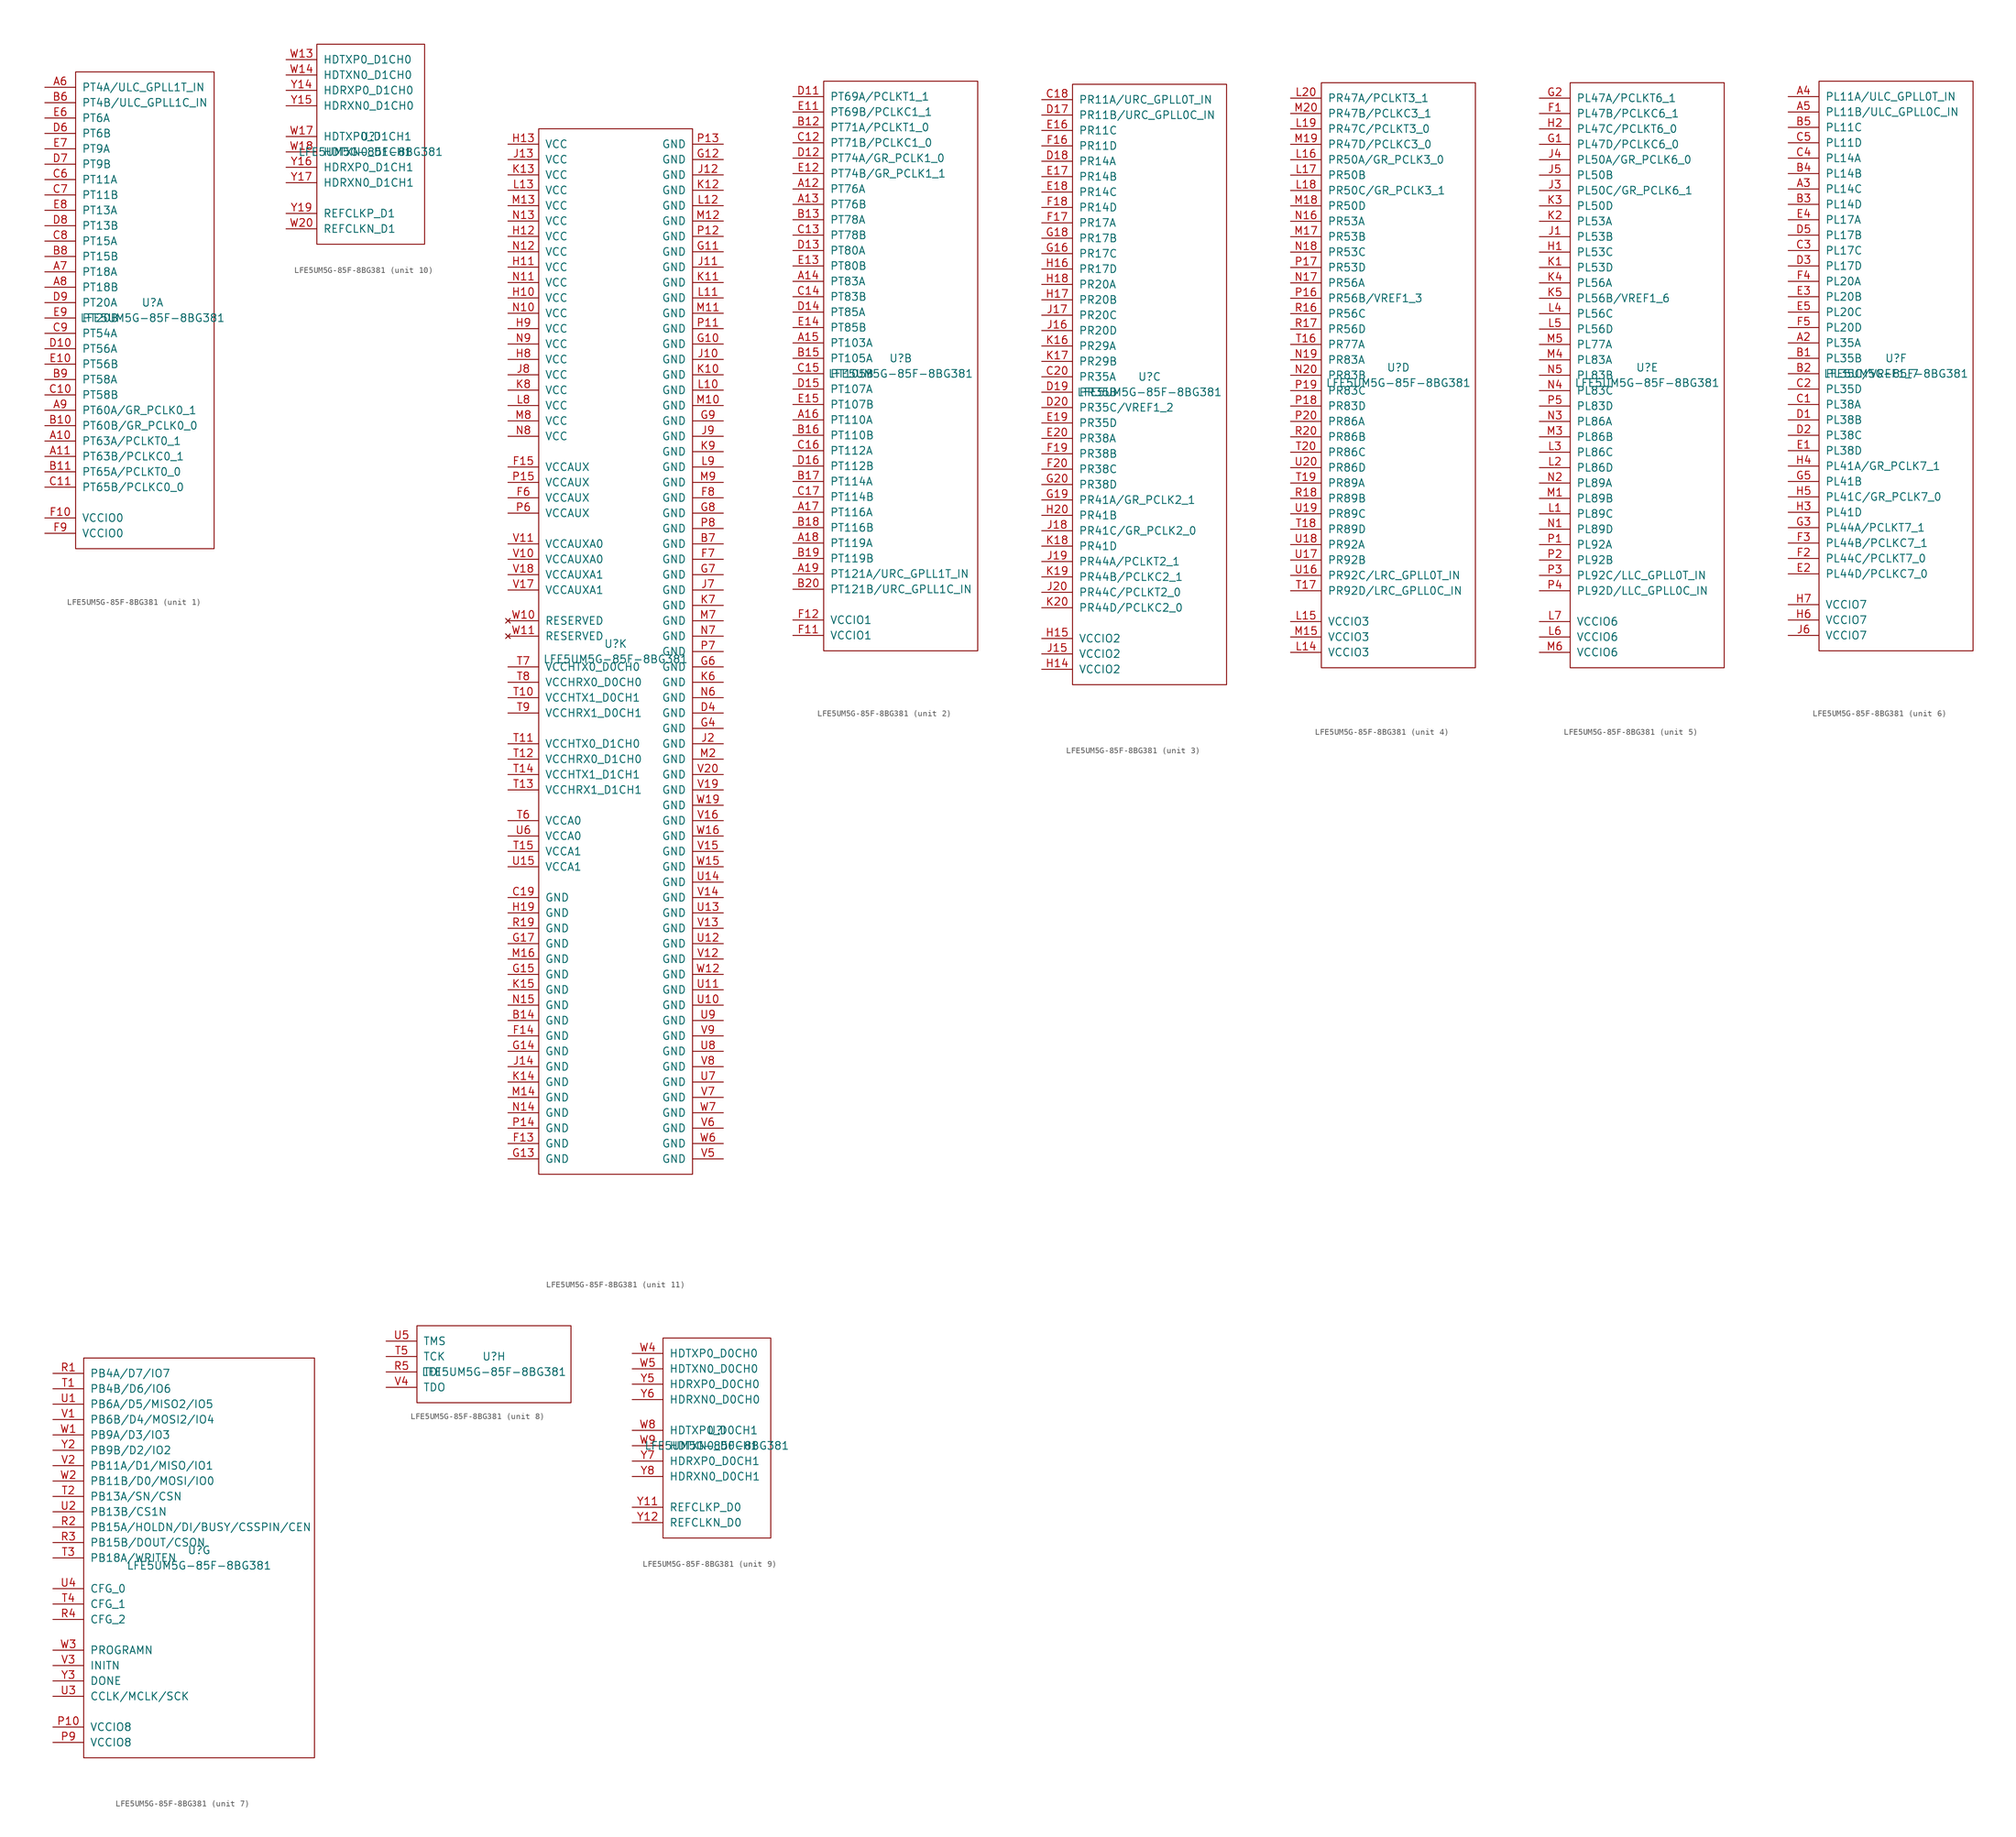
<source format=kicad_sym>
(kicad_symbol_lib
  (version 20201005)
  (generator kicad_symbol_editor)
  (symbol "lattice:LFE5UM5G-85F-8BG381"
    (pin_names
      (offset 1.016))
    (property "Reference" "U"
      (at 0 1.27 0)
      (effects (font (size 1.27 1.27))))
    (property "Value" "LFE5UM5G-85F-8BG381"
      (at 0 -1.27 0)
      (effects (font (size 1.27 1.27))))
    (property "ki_locked" ""
      (at 0 0 0)
      (effects (font (size 1.27 1.27))))
    (symbol "LFE5UM5G-85F-8BG381_1_1"
      (rectangle (start -12.7 39.37) (end 10.16 -39.37) (stroke (width 0)) (fill (type none)))
      (pin bidirectional line (at -17.78 -21.59 0) (length 5.08) (name "PT63A/PCLKT0_1" (effects (font (size 1.27 1.27)))) (number "A10" (effects (font (size 1.27 1.27)))))
      (pin bidirectional line (at -17.78 -24.13 0) (length 5.08) (name "PT63B/PCLKC0_1" (effects (font (size 1.27 1.27)))) (number "A11" (effects (font (size 1.27 1.27)))))
      (pin bidirectional line (at -17.78 36.83 0) (length 5.08) (name "PT4A/ULC_GPLL1T_IN" (effects (font (size 1.27 1.27)))) (number "A6" (effects (font (size 1.27 1.27)))))
      (pin bidirectional line (at -17.78 6.35 0) (length 5.08) (name "PT18A" (effects (font (size 1.27 1.27)))) (number "A7" (effects (font (size 1.27 1.27)))))
      (pin bidirectional line (at -17.78 3.81 0) (length 5.08) (name "PT18B" (effects (font (size 1.27 1.27)))) (number "A8" (effects (font (size 1.27 1.27)))))
      (pin bidirectional line (at -17.78 -16.51 0) (length 5.08) (name "PT60A/GR_PCLK0_1" (effects (font (size 1.27 1.27)))) (number "A9" (effects (font (size 1.27 1.27)))))
      (pin bidirectional line (at -17.78 -19.05 0) (length 5.08) (name "PT60B/GR_PCLK0_0" (effects (font (size 1.27 1.27)))) (number "B10" (effects (font (size 1.27 1.27)))))
      (pin bidirectional line (at -17.78 -26.67 0) (length 5.08) (name "PT65A/PCLKT0_0" (effects (font (size 1.27 1.27)))) (number "B11" (effects (font (size 1.27 1.27)))))
      (pin bidirectional line (at -17.78 34.29 0) (length 5.08) (name "PT4B/ULC_GPLL1C_IN" (effects (font (size 1.27 1.27)))) (number "B6" (effects (font (size 1.27 1.27)))))
      (pin bidirectional line (at -17.78 8.89 0) (length 5.08) (name "PT15B" (effects (font (size 1.27 1.27)))) (number "B8" (effects (font (size 1.27 1.27)))))
      (pin bidirectional line (at -17.78 -11.43 0) (length 5.08) (name "PT58A" (effects (font (size 1.27 1.27)))) (number "B9" (effects (font (size 1.27 1.27)))))
      (pin bidirectional line (at -17.78 -13.97 0) (length 5.08) (name "PT58B" (effects (font (size 1.27 1.27)))) (number "C10" (effects (font (size 1.27 1.27)))))
      (pin bidirectional line (at -17.78 -29.21 0) (length 5.08) (name "PT65B/PCLKC0_0" (effects (font (size 1.27 1.27)))) (number "C11" (effects (font (size 1.27 1.27)))))
      (pin bidirectional line (at -17.78 21.59 0) (length 5.08) (name "PT11A" (effects (font (size 1.27 1.27)))) (number "C6" (effects (font (size 1.27 1.27)))))
      (pin bidirectional line (at -17.78 19.05 0) (length 5.08) (name "PT11B" (effects (font (size 1.27 1.27)))) (number "C7" (effects (font (size 1.27 1.27)))))
      (pin bidirectional line (at -17.78 11.43 0) (length 5.08) (name "PT15A" (effects (font (size 1.27 1.27)))) (number "C8" (effects (font (size 1.27 1.27)))))
      (pin bidirectional line (at -17.78 -3.81 0) (length 5.08) (name "PT54A" (effects (font (size 1.27 1.27)))) (number "C9" (effects (font (size 1.27 1.27)))))
      (pin bidirectional line (at -17.78 -6.35 0) (length 5.08) (name "PT56A" (effects (font (size 1.27 1.27)))) (number "D10" (effects (font (size 1.27 1.27)))))
      (pin bidirectional line (at -17.78 29.21 0) (length 5.08) (name "PT6B" (effects (font (size 1.27 1.27)))) (number "D6" (effects (font (size 1.27 1.27)))))
      (pin bidirectional line (at -17.78 24.13 0) (length 5.08) (name "PT9B" (effects (font (size 1.27 1.27)))) (number "D7" (effects (font (size 1.27 1.27)))))
      (pin bidirectional line (at -17.78 13.97 0) (length 5.08) (name "PT13B" (effects (font (size 1.27 1.27)))) (number "D8" (effects (font (size 1.27 1.27)))))
      (pin bidirectional line (at -17.78 1.27 0) (length 5.08) (name "PT20A" (effects (font (size 1.27 1.27)))) (number "D9" (effects (font (size 1.27 1.27)))))
      (pin bidirectional line (at -17.78 -8.89 0) (length 5.08) (name "PT56B" (effects (font (size 1.27 1.27)))) (number "E10" (effects (font (size 1.27 1.27)))))
      (pin bidirectional line (at -17.78 31.75 0) (length 5.08) (name "PT6A" (effects (font (size 1.27 1.27)))) (number "E6" (effects (font (size 1.27 1.27)))))
      (pin bidirectional line (at -17.78 26.67 0) (length 5.08) (name "PT9A" (effects (font (size 1.27 1.27)))) (number "E7" (effects (font (size 1.27 1.27)))))
      (pin bidirectional line (at -17.78 16.51 0) (length 5.08) (name "PT13A" (effects (font (size 1.27 1.27)))) (number "E8" (effects (font (size 1.27 1.27)))))
      (pin bidirectional line (at -17.78 -1.27 0) (length 5.08) (name "PT20B" (effects (font (size 1.27 1.27)))) (number "E9" (effects (font (size 1.27 1.27)))))
      (pin power_in line (at -17.78 -34.29 0) (length 5.08) (name "VCCIO0" (effects (font (size 1.27 1.27)))) (number "F10" (effects (font (size 1.27 1.27)))))
      (pin power_in line (at -17.78 -36.83 0) (length 5.08) (name "VCCIO0" (effects (font (size 1.27 1.27)))) (number "F9" (effects (font (size 1.27 1.27))))))
    (symbol "LFE5UM5G-85F-8BG381_2_1"
      (rectangle (start -12.7 46.99) (end 12.7 -46.99) (stroke (width 0)) (fill (type none)))
      (pin bidirectional line (at -17.78 29.21 0) (length 5.08) (name "PT76A" (effects (font (size 1.27 1.27)))) (number "A12" (effects (font (size 1.27 1.27)))))
      (pin bidirectional line (at -17.78 26.67 0) (length 5.08) (name "PT76B" (effects (font (size 1.27 1.27)))) (number "A13" (effects (font (size 1.27 1.27)))))
      (pin bidirectional line (at -17.78 13.97 0) (length 5.08) (name "PT83A" (effects (font (size 1.27 1.27)))) (number "A14" (effects (font (size 1.27 1.27)))))
      (pin bidirectional line (at -17.78 3.81 0) (length 5.08) (name "PT103A" (effects (font (size 1.27 1.27)))) (number "A15" (effects (font (size 1.27 1.27)))))
      (pin bidirectional line (at -17.78 -8.89 0) (length 5.08) (name "PT110A" (effects (font (size 1.27 1.27)))) (number "A16" (effects (font (size 1.27 1.27)))))
      (pin bidirectional line (at -17.78 -24.13 0) (length 5.08) (name "PT116A" (effects (font (size 1.27 1.27)))) (number "A17" (effects (font (size 1.27 1.27)))))
      (pin bidirectional line (at -17.78 -29.21 0) (length 5.08) (name "PT119A" (effects (font (size 1.27 1.27)))) (number "A18" (effects (font (size 1.27 1.27)))))
      (pin bidirectional line (at -17.78 -34.29 0) (length 5.08) (name "PT121A/URC_GPLL1T_IN" (effects (font (size 1.27 1.27)))) (number "A19" (effects (font (size 1.27 1.27)))))
      (pin bidirectional line (at -17.78 39.37 0) (length 5.08) (name "PT71A/PCLKT1_0" (effects (font (size 1.27 1.27)))) (number "B12" (effects (font (size 1.27 1.27)))))
      (pin bidirectional line (at -17.78 24.13 0) (length 5.08) (name "PT78A" (effects (font (size 1.27 1.27)))) (number "B13" (effects (font (size 1.27 1.27)))))
      (pin bidirectional line (at -17.78 1.27 0) (length 5.08) (name "PT105A" (effects (font (size 1.27 1.27)))) (number "B15" (effects (font (size 1.27 1.27)))))
      (pin bidirectional line (at -17.78 -11.43 0) (length 5.08) (name "PT110B" (effects (font (size 1.27 1.27)))) (number "B16" (effects (font (size 1.27 1.27)))))
      (pin bidirectional line (at -17.78 -19.05 0) (length 5.08) (name "PT114A" (effects (font (size 1.27 1.27)))) (number "B17" (effects (font (size 1.27 1.27)))))
      (pin bidirectional line (at -17.78 -26.67 0) (length 5.08) (name "PT116B" (effects (font (size 1.27 1.27)))) (number "B18" (effects (font (size 1.27 1.27)))))
      (pin bidirectional line (at -17.78 -31.75 0) (length 5.08) (name "PT119B" (effects (font (size 1.27 1.27)))) (number "B19" (effects (font (size 1.27 1.27)))))
      (pin bidirectional line (at -17.78 -36.83 0) (length 5.08) (name "PT121B/URC_GPLL1C_IN" (effects (font (size 1.27 1.27)))) (number "B20" (effects (font (size 1.27 1.27)))))
      (pin bidirectional line (at -17.78 36.83 0) (length 5.08) (name "PT71B/PCLKC1_0" (effects (font (size 1.27 1.27)))) (number "C12" (effects (font (size 1.27 1.27)))))
      (pin bidirectional line (at -17.78 21.59 0) (length 5.08) (name "PT78B" (effects (font (size 1.27 1.27)))) (number "C13" (effects (font (size 1.27 1.27)))))
      (pin bidirectional line (at -17.78 11.43 0) (length 5.08) (name "PT83B" (effects (font (size 1.27 1.27)))) (number "C14" (effects (font (size 1.27 1.27)))))
      (pin bidirectional line (at -17.78 -1.27 0) (length 5.08) (name "PT105B" (effects (font (size 1.27 1.27)))) (number "C15" (effects (font (size 1.27 1.27)))))
      (pin bidirectional line (at -17.78 -13.97 0) (length 5.08) (name "PT112A" (effects (font (size 1.27 1.27)))) (number "C16" (effects (font (size 1.27 1.27)))))
      (pin bidirectional line (at -17.78 -21.59 0) (length 5.08) (name "PT114B" (effects (font (size 1.27 1.27)))) (number "C17" (effects (font (size 1.27 1.27)))))
      (pin bidirectional line (at -17.78 44.45 0) (length 5.08) (name "PT69A/PCLKT1_1" (effects (font (size 1.27 1.27)))) (number "D11" (effects (font (size 1.27 1.27)))))
      (pin bidirectional line (at -17.78 34.29 0) (length 5.08) (name "PT74A/GR_PCLK1_0" (effects (font (size 1.27 1.27)))) (number "D12" (effects (font (size 1.27 1.27)))))
      (pin bidirectional line (at -17.78 19.05 0) (length 5.08) (name "PT80A" (effects (font (size 1.27 1.27)))) (number "D13" (effects (font (size 1.27 1.27)))))
      (pin bidirectional line (at -17.78 8.89 0) (length 5.08) (name "PT85A" (effects (font (size 1.27 1.27)))) (number "D14" (effects (font (size 1.27 1.27)))))
      (pin bidirectional line (at -17.78 -3.81 0) (length 5.08) (name "PT107A" (effects (font (size 1.27 1.27)))) (number "D15" (effects (font (size 1.27 1.27)))))
      (pin bidirectional line (at -17.78 -16.51 0) (length 5.08) (name "PT112B" (effects (font (size 1.27 1.27)))) (number "D16" (effects (font (size 1.27 1.27)))))
      (pin bidirectional line (at -17.78 41.91 0) (length 5.08) (name "PT69B/PCLKC1_1" (effects (font (size 1.27 1.27)))) (number "E11" (effects (font (size 1.27 1.27)))))
      (pin bidirectional line (at -17.78 31.75 0) (length 5.08) (name "PT74B/GR_PCLK1_1" (effects (font (size 1.27 1.27)))) (number "E12" (effects (font (size 1.27 1.27)))))
      (pin bidirectional line (at -17.78 16.51 0) (length 5.08) (name "PT80B" (effects (font (size 1.27 1.27)))) (number "E13" (effects (font (size 1.27 1.27)))))
      (pin bidirectional line (at -17.78 6.35 0) (length 5.08) (name "PT85B" (effects (font (size 1.27 1.27)))) (number "E14" (effects (font (size 1.27 1.27)))))
      (pin bidirectional line (at -17.78 -6.35 0) (length 5.08) (name "PT107B" (effects (font (size 1.27 1.27)))) (number "E15" (effects (font (size 1.27 1.27)))))
      (pin power_in line (at -17.78 -44.45 0) (length 5.08) (name "VCCIO1" (effects (font (size 1.27 1.27)))) (number "F11" (effects (font (size 1.27 1.27)))))
      (pin power_in line (at -17.78 -41.91 0) (length 5.08) (name "VCCIO1" (effects (font (size 1.27 1.27)))) (number "F12" (effects (font (size 1.27 1.27))))))
    (symbol "LFE5UM5G-85F-8BG381_3_1"
      (rectangle (start -12.7 49.53) (end 12.7 -49.53) (stroke (width 0)) (fill (type none)))
      (pin bidirectional line (at -17.78 46.99 0) (length 5.08) (name "PR11A/URC_GPLL0T_IN" (effects (font (size 1.27 1.27)))) (number "C18" (effects (font (size 1.27 1.27)))))
      (pin bidirectional line (at -17.78 1.27 0) (length 5.08) (name "PR35A" (effects (font (size 1.27 1.27)))) (number "C20" (effects (font (size 1.27 1.27)))))
      (pin bidirectional line (at -17.78 44.45 0) (length 5.08) (name "PR11B/URC_GPLL0C_IN" (effects (font (size 1.27 1.27)))) (number "D17" (effects (font (size 1.27 1.27)))))
      (pin bidirectional line (at -17.78 36.83 0) (length 5.08) (name "PR14A" (effects (font (size 1.27 1.27)))) (number "D18" (effects (font (size 1.27 1.27)))))
      (pin bidirectional line (at -17.78 -1.27 0) (length 5.08) (name "PR35B" (effects (font (size 1.27 1.27)))) (number "D19" (effects (font (size 1.27 1.27)))))
      (pin bidirectional line (at -17.78 -3.81 0) (length 5.08) (name "PR35C/VREF1_2" (effects (font (size 1.27 1.27)))) (number "D20" (effects (font (size 1.27 1.27)))))
      (pin bidirectional line (at -17.78 41.91 0) (length 5.08) (name "PR11C" (effects (font (size 1.27 1.27)))) (number "E16" (effects (font (size 1.27 1.27)))))
      (pin bidirectional line (at -17.78 34.29 0) (length 5.08) (name "PR14B" (effects (font (size 1.27 1.27)))) (number "E17" (effects (font (size 1.27 1.27)))))
      (pin bidirectional line (at -17.78 31.75 0) (length 5.08) (name "PR14C" (effects (font (size 1.27 1.27)))) (number "E18" (effects (font (size 1.27 1.27)))))
      (pin bidirectional line (at -17.78 -6.35 0) (length 5.08) (name "PR35D" (effects (font (size 1.27 1.27)))) (number "E19" (effects (font (size 1.27 1.27)))))
      (pin bidirectional line (at -17.78 -8.89 0) (length 5.08) (name "PR38A" (effects (font (size 1.27 1.27)))) (number "E20" (effects (font (size 1.27 1.27)))))
      (pin bidirectional line (at -17.78 39.37 0) (length 5.08) (name "PR11D" (effects (font (size 1.27 1.27)))) (number "F16" (effects (font (size 1.27 1.27)))))
      (pin bidirectional line (at -17.78 26.67 0) (length 5.08) (name "PR17A" (effects (font (size 1.27 1.27)))) (number "F17" (effects (font (size 1.27 1.27)))))
      (pin bidirectional line (at -17.78 29.21 0) (length 5.08) (name "PR14D" (effects (font (size 1.27 1.27)))) (number "F18" (effects (font (size 1.27 1.27)))))
      (pin bidirectional line (at -17.78 -11.43 0) (length 5.08) (name "PR38B" (effects (font (size 1.27 1.27)))) (number "F19" (effects (font (size 1.27 1.27)))))
      (pin bidirectional line (at -17.78 -13.97 0) (length 5.08) (name "PR38C" (effects (font (size 1.27 1.27)))) (number "F20" (effects (font (size 1.27 1.27)))))
      (pin bidirectional line (at -17.78 21.59 0) (length 5.08) (name "PR17C" (effects (font (size 1.27 1.27)))) (number "G16" (effects (font (size 1.27 1.27)))))
      (pin bidirectional line (at -17.78 24.13 0) (length 5.08) (name "PR17B" (effects (font (size 1.27 1.27)))) (number "G18" (effects (font (size 1.27 1.27)))))
      (pin bidirectional line (at -17.78 -19.05 0) (length 5.08) (name "PR41A/GR_PCLK2_1" (effects (font (size 1.27 1.27)))) (number "G19" (effects (font (size 1.27 1.27)))))
      (pin bidirectional line (at -17.78 -16.51 0) (length 5.08) (name "PR38D" (effects (font (size 1.27 1.27)))) (number "G20" (effects (font (size 1.27 1.27)))))
      (pin power_in line (at -17.78 -46.99 0) (length 5.08) (name "VCCIO2" (effects (font (size 1.27 1.27)))) (number "H14" (effects (font (size 1.27 1.27)))))
      (pin power_in line (at -17.78 -41.91 0) (length 5.08) (name "VCCIO2" (effects (font (size 1.27 1.27)))) (number "H15" (effects (font (size 1.27 1.27)))))
      (pin bidirectional line (at -17.78 19.05 0) (length 5.08) (name "PR17D" (effects (font (size 1.27 1.27)))) (number "H16" (effects (font (size 1.27 1.27)))))
      (pin bidirectional line (at -17.78 13.97 0) (length 5.08) (name "PR20B" (effects (font (size 1.27 1.27)))) (number "H17" (effects (font (size 1.27 1.27)))))
      (pin bidirectional line (at -17.78 16.51 0) (length 5.08) (name "PR20A" (effects (font (size 1.27 1.27)))) (number "H18" (effects (font (size 1.27 1.27)))))
      (pin bidirectional line (at -17.78 -21.59 0) (length 5.08) (name "PR41B" (effects (font (size 1.27 1.27)))) (number "H20" (effects (font (size 1.27 1.27)))))
      (pin power_in line (at -17.78 -44.45 0) (length 5.08) (name "VCCIO2" (effects (font (size 1.27 1.27)))) (number "J15" (effects (font (size 1.27 1.27)))))
      (pin bidirectional line (at -17.78 8.89 0) (length 5.08) (name "PR20D" (effects (font (size 1.27 1.27)))) (number "J16" (effects (font (size 1.27 1.27)))))
      (pin bidirectional line (at -17.78 11.43 0) (length 5.08) (name "PR20C" (effects (font (size 1.27 1.27)))) (number "J17" (effects (font (size 1.27 1.27)))))
      (pin bidirectional line (at -17.78 -24.13 0) (length 5.08) (name "PR41C/GR_PCLK2_0" (effects (font (size 1.27 1.27)))) (number "J18" (effects (font (size 1.27 1.27)))))
      (pin bidirectional line (at -17.78 -29.21 0) (length 5.08) (name "PR44A/PCLKT2_1" (effects (font (size 1.27 1.27)))) (number "J19" (effects (font (size 1.27 1.27)))))
      (pin bidirectional line (at -17.78 -34.29 0) (length 5.08) (name "PR44C/PCLKT2_0" (effects (font (size 1.27 1.27)))) (number "J20" (effects (font (size 1.27 1.27)))))
      (pin bidirectional line (at -17.78 6.35 0) (length 5.08) (name "PR29A" (effects (font (size 1.27 1.27)))) (number "K16" (effects (font (size 1.27 1.27)))))
      (pin bidirectional line (at -17.78 3.81 0) (length 5.08) (name "PR29B" (effects (font (size 1.27 1.27)))) (number "K17" (effects (font (size 1.27 1.27)))))
      (pin bidirectional line (at -17.78 -26.67 0) (length 5.08) (name "PR41D" (effects (font (size 1.27 1.27)))) (number "K18" (effects (font (size 1.27 1.27)))))
      (pin bidirectional line (at -17.78 -31.75 0) (length 5.08) (name "PR44B/PCLKC2_1" (effects (font (size 1.27 1.27)))) (number "K19" (effects (font (size 1.27 1.27)))))
      (pin bidirectional line (at -17.78 -36.83 0) (length 5.08) (name "PR44D/PCLKC2_0" (effects (font (size 1.27 1.27)))) (number "K20" (effects (font (size 1.27 1.27))))))
    (symbol "LFE5UM5G-85F-8BG381_4_1"
      (rectangle (start -12.7 48.26) (end 12.7 -48.26) (stroke (width 0)) (fill (type none)))
      (pin power_in line (at -17.78 -45.72 0) (length 5.08) (name "VCCIO3" (effects (font (size 1.27 1.27)))) (number "L14" (effects (font (size 1.27 1.27)))))
      (pin power_in line (at -17.78 -40.64 0) (length 5.08) (name "VCCIO3" (effects (font (size 1.27 1.27)))) (number "L15" (effects (font (size 1.27 1.27)))))
      (pin bidirectional line (at -17.78 35.56 0) (length 5.08) (name "PR50A/GR_PCLK3_0" (effects (font (size 1.27 1.27)))) (number "L16" (effects (font (size 1.27 1.27)))))
      (pin bidirectional line (at -17.78 33.02 0) (length 5.08) (name "PR50B" (effects (font (size 1.27 1.27)))) (number "L17" (effects (font (size 1.27 1.27)))))
      (pin bidirectional line (at -17.78 30.48 0) (length 5.08) (name "PR50C/GR_PCLK3_1" (effects (font (size 1.27 1.27)))) (number "L18" (effects (font (size 1.27 1.27)))))
      (pin bidirectional line (at -17.78 40.64 0) (length 5.08) (name "PR47C/PCLKT3_0" (effects (font (size 1.27 1.27)))) (number "L19" (effects (font (size 1.27 1.27)))))
      (pin bidirectional line (at -17.78 45.72 0) (length 5.08) (name "PR47A/PCLKT3_1" (effects (font (size 1.27 1.27)))) (number "L20" (effects (font (size 1.27 1.27)))))
      (pin power_in line (at -17.78 -43.18 0) (length 5.08) (name "VCCIO3" (effects (font (size 1.27 1.27)))) (number "M15" (effects (font (size 1.27 1.27)))))
      (pin bidirectional line (at -17.78 22.86 0) (length 5.08) (name "PR53B" (effects (font (size 1.27 1.27)))) (number "M17" (effects (font (size 1.27 1.27)))))
      (pin bidirectional line (at -17.78 27.94 0) (length 5.08) (name "PR50D" (effects (font (size 1.27 1.27)))) (number "M18" (effects (font (size 1.27 1.27)))))
      (pin bidirectional line (at -17.78 38.1 0) (length 5.08) (name "PR47D/PCLKC3_0" (effects (font (size 1.27 1.27)))) (number "M19" (effects (font (size 1.27 1.27)))))
      (pin bidirectional line (at -17.78 43.18 0) (length 5.08) (name "PR47B/PCLKC3_1" (effects (font (size 1.27 1.27)))) (number "M20" (effects (font (size 1.27 1.27)))))
      (pin bidirectional line (at -17.78 25.4 0) (length 5.08) (name "PR53A" (effects (font (size 1.27 1.27)))) (number "N16" (effects (font (size 1.27 1.27)))))
      (pin bidirectional line (at -17.78 15.24 0) (length 5.08) (name "PR56A" (effects (font (size 1.27 1.27)))) (number "N17" (effects (font (size 1.27 1.27)))))
      (pin bidirectional line (at -17.78 20.32 0) (length 5.08) (name "PR53C" (effects (font (size 1.27 1.27)))) (number "N18" (effects (font (size 1.27 1.27)))))
      (pin bidirectional line (at -17.78 2.54 0) (length 5.08) (name "PR83A" (effects (font (size 1.27 1.27)))) (number "N19" (effects (font (size 1.27 1.27)))))
      (pin bidirectional line (at -17.78 0 0) (length 5.08) (name "PR83B" (effects (font (size 1.27 1.27)))) (number "N20" (effects (font (size 1.27 1.27)))))
      (pin bidirectional line (at -17.78 12.7 0) (length 5.08) (name "PR56B/VREF1_3" (effects (font (size 1.27 1.27)))) (number "P16" (effects (font (size 1.27 1.27)))))
      (pin bidirectional line (at -17.78 17.78 0) (length 5.08) (name "PR53D" (effects (font (size 1.27 1.27)))) (number "P17" (effects (font (size 1.27 1.27)))))
      (pin bidirectional line (at -17.78 -5.08 0) (length 5.08) (name "PR83D" (effects (font (size 1.27 1.27)))) (number "P18" (effects (font (size 1.27 1.27)))))
      (pin bidirectional line (at -17.78 -2.54 0) (length 5.08) (name "PR83C" (effects (font (size 1.27 1.27)))) (number "P19" (effects (font (size 1.27 1.27)))))
      (pin bidirectional line (at -17.78 -7.62 0) (length 5.08) (name "PR86A" (effects (font (size 1.27 1.27)))) (number "P20" (effects (font (size 1.27 1.27)))))
      (pin bidirectional line (at -17.78 10.16 0) (length 5.08) (name "PR56C" (effects (font (size 1.27 1.27)))) (number "R16" (effects (font (size 1.27 1.27)))))
      (pin bidirectional line (at -17.78 7.62 0) (length 5.08) (name "PR56D" (effects (font (size 1.27 1.27)))) (number "R17" (effects (font (size 1.27 1.27)))))
      (pin bidirectional line (at -17.78 -20.32 0) (length 5.08) (name "PR89B" (effects (font (size 1.27 1.27)))) (number "R18" (effects (font (size 1.27 1.27)))))
      (pin bidirectional line (at -17.78 -10.16 0) (length 5.08) (name "PR86B" (effects (font (size 1.27 1.27)))) (number "R20" (effects (font (size 1.27 1.27)))))
      (pin bidirectional line (at -17.78 5.08 0) (length 5.08) (name "PR77A" (effects (font (size 1.27 1.27)))) (number "T16" (effects (font (size 1.27 1.27)))))
      (pin bidirectional line (at -17.78 -35.56 0) (length 5.08) (name "PR92D/LRC_GPLL0C_IN" (effects (font (size 1.27 1.27)))) (number "T17" (effects (font (size 1.27 1.27)))))
      (pin bidirectional line (at -17.78 -25.4 0) (length 5.08) (name "PR89D" (effects (font (size 1.27 1.27)))) (number "T18" (effects (font (size 1.27 1.27)))))
      (pin bidirectional line (at -17.78 -17.78 0) (length 5.08) (name "PR89A" (effects (font (size 1.27 1.27)))) (number "T19" (effects (font (size 1.27 1.27)))))
      (pin bidirectional line (at -17.78 -12.7 0) (length 5.08) (name "PR86C" (effects (font (size 1.27 1.27)))) (number "T20" (effects (font (size 1.27 1.27)))))
      (pin bidirectional line (at -17.78 -33.02 0) (length 5.08) (name "PR92C/LRC_GPLL0T_IN" (effects (font (size 1.27 1.27)))) (number "U16" (effects (font (size 1.27 1.27)))))
      (pin bidirectional line (at -17.78 -30.48 0) (length 5.08) (name "PR92B" (effects (font (size 1.27 1.27)))) (number "U17" (effects (font (size 1.27 1.27)))))
      (pin bidirectional line (at -17.78 -27.94 0) (length 5.08) (name "PR92A" (effects (font (size 1.27 1.27)))) (number "U18" (effects (font (size 1.27 1.27)))))
      (pin bidirectional line (at -17.78 -22.86 0) (length 5.08) (name "PR89C" (effects (font (size 1.27 1.27)))) (number "U19" (effects (font (size 1.27 1.27)))))
      (pin bidirectional line (at -17.78 -15.24 0) (length 5.08) (name "PR86D" (effects (font (size 1.27 1.27)))) (number "U20" (effects (font (size 1.27 1.27))))))
    (symbol "LFE5UM5G-85F-8BG381_5_1"
      (rectangle (start -12.7 48.26) (end 12.7 -48.26) (stroke (width 0)) (fill (type none)))
      (pin bidirectional line (at -17.78 43.18 0) (length 5.08) (name "PL47B/PCLKC6_1" (effects (font (size 1.27 1.27)))) (number "F1" (effects (font (size 1.27 1.27)))))
      (pin bidirectional line (at -17.78 38.1 0) (length 5.08) (name "PL47D/PCLKC6_0" (effects (font (size 1.27 1.27)))) (number "G1" (effects (font (size 1.27 1.27)))))
      (pin bidirectional line (at -17.78 45.72 0) (length 5.08) (name "PL47A/PCLKT6_1" (effects (font (size 1.27 1.27)))) (number "G2" (effects (font (size 1.27 1.27)))))
      (pin bidirectional line (at -17.78 20.32 0) (length 5.08) (name "PL53C" (effects (font (size 1.27 1.27)))) (number "H1" (effects (font (size 1.27 1.27)))))
      (pin bidirectional line (at -17.78 40.64 0) (length 5.08) (name "PL47C/PCLKT6_0" (effects (font (size 1.27 1.27)))) (number "H2" (effects (font (size 1.27 1.27)))))
      (pin bidirectional line (at -17.78 22.86 0) (length 5.08) (name "PL53B" (effects (font (size 1.27 1.27)))) (number "J1" (effects (font (size 1.27 1.27)))))
      (pin bidirectional line (at -17.78 30.48 0) (length 5.08) (name "PL50C/GR_PCLK6_1" (effects (font (size 1.27 1.27)))) (number "J3" (effects (font (size 1.27 1.27)))))
      (pin bidirectional line (at -17.78 35.56 0) (length 5.08) (name "PL50A/GR_PCLK6_0" (effects (font (size 1.27 1.27)))) (number "J4" (effects (font (size 1.27 1.27)))))
      (pin bidirectional line (at -17.78 33.02 0) (length 5.08) (name "PL50B" (effects (font (size 1.27 1.27)))) (number "J5" (effects (font (size 1.27 1.27)))))
      (pin bidirectional line (at -17.78 17.78 0) (length 5.08) (name "PL53D" (effects (font (size 1.27 1.27)))) (number "K1" (effects (font (size 1.27 1.27)))))
      (pin bidirectional line (at -17.78 25.4 0) (length 5.08) (name "PL53A" (effects (font (size 1.27 1.27)))) (number "K2" (effects (font (size 1.27 1.27)))))
      (pin bidirectional line (at -17.78 27.94 0) (length 5.08) (name "PL50D" (effects (font (size 1.27 1.27)))) (number "K3" (effects (font (size 1.27 1.27)))))
      (pin bidirectional line (at -17.78 15.24 0) (length 5.08) (name "PL56A" (effects (font (size 1.27 1.27)))) (number "K4" (effects (font (size 1.27 1.27)))))
      (pin bidirectional line (at -17.78 12.7 0) (length 5.08) (name "PL56B/VREF1_6" (effects (font (size 1.27 1.27)))) (number "K5" (effects (font (size 1.27 1.27)))))
      (pin bidirectional line (at -17.78 -22.86 0) (length 5.08) (name "PL89C" (effects (font (size 1.27 1.27)))) (number "L1" (effects (font (size 1.27 1.27)))))
      (pin bidirectional line (at -17.78 -15.24 0) (length 5.08) (name "PL86D" (effects (font (size 1.27 1.27)))) (number "L2" (effects (font (size 1.27 1.27)))))
      (pin bidirectional line (at -17.78 -12.7 0) (length 5.08) (name "PL86C" (effects (font (size 1.27 1.27)))) (number "L3" (effects (font (size 1.27 1.27)))))
      (pin bidirectional line (at -17.78 10.16 0) (length 5.08) (name "PL56C" (effects (font (size 1.27 1.27)))) (number "L4" (effects (font (size 1.27 1.27)))))
      (pin bidirectional line (at -17.78 7.62 0) (length 5.08) (name "PL56D" (effects (font (size 1.27 1.27)))) (number "L5" (effects (font (size 1.27 1.27)))))
      (pin power_in line (at -17.78 -43.18 0) (length 5.08) (name "VCCIO6" (effects (font (size 1.27 1.27)))) (number "L6" (effects (font (size 1.27 1.27)))))
      (pin power_in line (at -17.78 -40.64 0) (length 5.08) (name "VCCIO6" (effects (font (size 1.27 1.27)))) (number "L7" (effects (font (size 1.27 1.27)))))
      (pin bidirectional line (at -17.78 -20.32 0) (length 5.08) (name "PL89B" (effects (font (size 1.27 1.27)))) (number "M1" (effects (font (size 1.27 1.27)))))
      (pin bidirectional line (at -17.78 -10.16 0) (length 5.08) (name "PL86B" (effects (font (size 1.27 1.27)))) (number "M3" (effects (font (size 1.27 1.27)))))
      (pin bidirectional line (at -17.78 2.54 0) (length 5.08) (name "PL83A" (effects (font (size 1.27 1.27)))) (number "M4" (effects (font (size 1.27 1.27)))))
      (pin bidirectional line (at -17.78 5.08 0) (length 5.08) (name "PL77A" (effects (font (size 1.27 1.27)))) (number "M5" (effects (font (size 1.27 1.27)))))
      (pin power_in line (at -17.78 -45.72 0) (length 5.08) (name "VCCIO6" (effects (font (size 1.27 1.27)))) (number "M6" (effects (font (size 1.27 1.27)))))
      (pin bidirectional line (at -17.78 -25.4 0) (length 5.08) (name "PL89D" (effects (font (size 1.27 1.27)))) (number "N1" (effects (font (size 1.27 1.27)))))
      (pin bidirectional line (at -17.78 -17.78 0) (length 5.08) (name "PL89A" (effects (font (size 1.27 1.27)))) (number "N2" (effects (font (size 1.27 1.27)))))
      (pin bidirectional line (at -17.78 -7.62 0) (length 5.08) (name "PL86A" (effects (font (size 1.27 1.27)))) (number "N3" (effects (font (size 1.27 1.27)))))
      (pin bidirectional line (at -17.78 -2.54 0) (length 5.08) (name "PL83C" (effects (font (size 1.27 1.27)))) (number "N4" (effects (font (size 1.27 1.27)))))
      (pin bidirectional line (at -17.78 0 0) (length 5.08) (name "PL83B" (effects (font (size 1.27 1.27)))) (number "N5" (effects (font (size 1.27 1.27)))))
      (pin bidirectional line (at -17.78 -27.94 0) (length 5.08) (name "PL92A" (effects (font (size 1.27 1.27)))) (number "P1" (effects (font (size 1.27 1.27)))))
      (pin bidirectional line (at -17.78 -30.48 0) (length 5.08) (name "PL92B" (effects (font (size 1.27 1.27)))) (number "P2" (effects (font (size 1.27 1.27)))))
      (pin bidirectional line (at -17.78 -33.02 0) (length 5.08) (name "PL92C/LLC_GPLL0T_IN" (effects (font (size 1.27 1.27)))) (number "P3" (effects (font (size 1.27 1.27)))))
      (pin bidirectional line (at -17.78 -35.56 0) (length 5.08) (name "PL92D/LLC_GPLL0C_IN" (effects (font (size 1.27 1.27)))) (number "P4" (effects (font (size 1.27 1.27)))))
      (pin bidirectional line (at -17.78 -5.08 0) (length 5.08) (name "PL83D" (effects (font (size 1.27 1.27)))) (number "P5" (effects (font (size 1.27 1.27))))))
    (symbol "LFE5UM5G-85F-8BG381_6_1"
      (rectangle (start -12.7 46.99) (end 12.7 -46.99) (stroke (width 0)) (fill (type none)))
      (pin bidirectional line (at -17.78 3.81 0) (length 5.08) (name "PL35A" (effects (font (size 1.27 1.27)))) (number "A2" (effects (font (size 1.27 1.27)))))
      (pin bidirectional line (at -17.78 29.21 0) (length 5.08) (name "PL14C" (effects (font (size 1.27 1.27)))) (number "A3" (effects (font (size 1.27 1.27)))))
      (pin bidirectional line (at -17.78 44.45 0) (length 5.08) (name "PL11A/ULC_GPLL0T_IN" (effects (font (size 1.27 1.27)))) (number "A4" (effects (font (size 1.27 1.27)))))
      (pin bidirectional line (at -17.78 41.91 0) (length 5.08) (name "PL11B/ULC_GPLL0C_IN" (effects (font (size 1.27 1.27)))) (number "A5" (effects (font (size 1.27 1.27)))))
      (pin bidirectional line (at -17.78 1.27 0) (length 5.08) (name "PL35B" (effects (font (size 1.27 1.27)))) (number "B1" (effects (font (size 1.27 1.27)))))
      (pin bidirectional line (at -17.78 -1.27 0) (length 5.08) (name "PL35C/VREF1_7" (effects (font (size 1.27 1.27)))) (number "B2" (effects (font (size 1.27 1.27)))))
      (pin bidirectional line (at -17.78 26.67 0) (length 5.08) (name "PL14D" (effects (font (size 1.27 1.27)))) (number "B3" (effects (font (size 1.27 1.27)))))
      (pin bidirectional line (at -17.78 31.75 0) (length 5.08) (name "PL14B" (effects (font (size 1.27 1.27)))) (number "B4" (effects (font (size 1.27 1.27)))))
      (pin bidirectional line (at -17.78 39.37 0) (length 5.08) (name "PL11C" (effects (font (size 1.27 1.27)))) (number "B5" (effects (font (size 1.27 1.27)))))
      (pin bidirectional line (at -17.78 -6.35 0) (length 5.08) (name "PL38A" (effects (font (size 1.27 1.27)))) (number "C1" (effects (font (size 1.27 1.27)))))
      (pin bidirectional line (at -17.78 -3.81 0) (length 5.08) (name "PL35D" (effects (font (size 1.27 1.27)))) (number "C2" (effects (font (size 1.27 1.27)))))
      (pin bidirectional line (at -17.78 19.05 0) (length 5.08) (name "PL17C" (effects (font (size 1.27 1.27)))) (number "C3" (effects (font (size 1.27 1.27)))))
      (pin bidirectional line (at -17.78 34.29 0) (length 5.08) (name "PL14A" (effects (font (size 1.27 1.27)))) (number "C4" (effects (font (size 1.27 1.27)))))
      (pin bidirectional line (at -17.78 36.83 0) (length 5.08) (name "PL11D" (effects (font (size 1.27 1.27)))) (number "C5" (effects (font (size 1.27 1.27)))))
      (pin bidirectional line (at -17.78 -8.89 0) (length 5.08) (name "PL38B" (effects (font (size 1.27 1.27)))) (number "D1" (effects (font (size 1.27 1.27)))))
      (pin bidirectional line (at -17.78 -11.43 0) (length 5.08) (name "PL38C" (effects (font (size 1.27 1.27)))) (number "D2" (effects (font (size 1.27 1.27)))))
      (pin bidirectional line (at -17.78 16.51 0) (length 5.08) (name "PL17D" (effects (font (size 1.27 1.27)))) (number "D3" (effects (font (size 1.27 1.27)))))
      (pin bidirectional line (at -17.78 21.59 0) (length 5.08) (name "PL17B" (effects (font (size 1.27 1.27)))) (number "D5" (effects (font (size 1.27 1.27)))))
      (pin bidirectional line (at -17.78 -13.97 0) (length 5.08) (name "PL38D" (effects (font (size 1.27 1.27)))) (number "E1" (effects (font (size 1.27 1.27)))))
      (pin bidirectional line (at -17.78 -34.29 0) (length 5.08) (name "PL44D/PCLKC7_0" (effects (font (size 1.27 1.27)))) (number "E2" (effects (font (size 1.27 1.27)))))
      (pin bidirectional line (at -17.78 11.43 0) (length 5.08) (name "PL20B" (effects (font (size 1.27 1.27)))) (number "E3" (effects (font (size 1.27 1.27)))))
      (pin bidirectional line (at -17.78 24.13 0) (length 5.08) (name "PL17A" (effects (font (size 1.27 1.27)))) (number "E4" (effects (font (size 1.27 1.27)))))
      (pin bidirectional line (at -17.78 8.89 0) (length 5.08) (name "PL20C" (effects (font (size 1.27 1.27)))) (number "E5" (effects (font (size 1.27 1.27)))))
      (pin bidirectional line (at -17.78 -31.75 0) (length 5.08) (name "PL44C/PCLKT7_0" (effects (font (size 1.27 1.27)))) (number "F2" (effects (font (size 1.27 1.27)))))
      (pin bidirectional line (at -17.78 -29.21 0) (length 5.08) (name "PL44B/PCLKC7_1" (effects (font (size 1.27 1.27)))) (number "F3" (effects (font (size 1.27 1.27)))))
      (pin bidirectional line (at -17.78 13.97 0) (length 5.08) (name "PL20A" (effects (font (size 1.27 1.27)))) (number "F4" (effects (font (size 1.27 1.27)))))
      (pin bidirectional line (at -17.78 6.35 0) (length 5.08) (name "PL20D" (effects (font (size 1.27 1.27)))) (number "F5" (effects (font (size 1.27 1.27)))))
      (pin bidirectional line (at -17.78 -26.67 0) (length 5.08) (name "PL44A/PCLKT7_1" (effects (font (size 1.27 1.27)))) (number "G3" (effects (font (size 1.27 1.27)))))
      (pin bidirectional line (at -17.78 -19.05 0) (length 5.08) (name "PL41B" (effects (font (size 1.27 1.27)))) (number "G5" (effects (font (size 1.27 1.27)))))
      (pin bidirectional line (at -17.78 -24.13 0) (length 5.08) (name "PL41D" (effects (font (size 1.27 1.27)))) (number "H3" (effects (font (size 1.27 1.27)))))
      (pin bidirectional line (at -17.78 -16.51 0) (length 5.08) (name "PL41A/GR_PCLK7_1" (effects (font (size 1.27 1.27)))) (number "H4" (effects (font (size 1.27 1.27)))))
      (pin bidirectional line (at -17.78 -21.59 0) (length 5.08) (name "PL41C/GR_PCLK7_0" (effects (font (size 1.27 1.27)))) (number "H5" (effects (font (size 1.27 1.27)))))
      (pin power_in line (at -17.78 -41.91 0) (length 5.08) (name "VCCIO7" (effects (font (size 1.27 1.27)))) (number "H6" (effects (font (size 1.27 1.27)))))
      (pin power_in line (at -17.78 -39.37 0) (length 5.08) (name "VCCIO7" (effects (font (size 1.27 1.27)))) (number "H7" (effects (font (size 1.27 1.27)))))
      (pin power_in line (at -17.78 -44.45 0) (length 5.08) (name "VCCIO7" (effects (font (size 1.27 1.27)))) (number "J6" (effects (font (size 1.27 1.27))))))
    (symbol "LFE5UM5G-85F-8BG381_7_1"
      (rectangle (start -19.05 33.02) (end 19.05 -33.02) (stroke (width 0)) (fill (type none)))
      (pin power_in line (at -24.13 -27.94 0) (length 5.08) (name "VCCIO8" (effects (font (size 1.27 1.27)))) (number "P10" (effects (font (size 1.27 1.27)))))
      (pin power_in line (at -24.13 -30.48 0) (length 5.08) (name "VCCIO8" (effects (font (size 1.27 1.27)))) (number "P9" (effects (font (size 1.27 1.27)))))
      (pin bidirectional line (at -24.13 30.48 0) (length 5.08) (name "PB4A/D7/IO7" (effects (font (size 1.27 1.27)))) (number "R1" (effects (font (size 1.27 1.27)))))
      (pin bidirectional line (at -24.13 5.08 0) (length 5.08) (name "PB15A/HOLDN/DI/BUSY/CSSPIN/CEN" (effects (font (size 1.27 1.27)))) (number "R2" (effects (font (size 1.27 1.27)))))
      (pin bidirectional line (at -24.13 2.54 0) (length 5.08) (name "PB15B/DOUT/CSON" (effects (font (size 1.27 1.27)))) (number "R3" (effects (font (size 1.27 1.27)))))
      (pin input line (at -24.13 -10.16 0) (length 5.08) (name "CFG_2" (effects (font (size 1.27 1.27)))) (number "R4" (effects (font (size 1.27 1.27)))))
      (pin bidirectional line (at -24.13 27.94 0) (length 5.08) (name "PB4B/D6/IO6" (effects (font (size 1.27 1.27)))) (number "T1" (effects (font (size 1.27 1.27)))))
      (pin bidirectional line (at -24.13 10.16 0) (length 5.08) (name "PB13A/SN/CSN" (effects (font (size 1.27 1.27)))) (number "T2" (effects (font (size 1.27 1.27)))))
      (pin bidirectional line (at -24.13 0 0) (length 5.08) (name "PB18A/WRITEN" (effects (font (size 1.27 1.27)))) (number "T3" (effects (font (size 1.27 1.27)))))
      (pin input line (at -24.13 -7.62 0) (length 5.08) (name "CFG_1" (effects (font (size 1.27 1.27)))) (number "T4" (effects (font (size 1.27 1.27)))))
      (pin bidirectional line (at -24.13 25.4 0) (length 5.08) (name "PB6A/D5/MISO2/IO5" (effects (font (size 1.27 1.27)))) (number "U1" (effects (font (size 1.27 1.27)))))
      (pin bidirectional line (at -24.13 7.62 0) (length 5.08) (name "PB13B/CS1N" (effects (font (size 1.27 1.27)))) (number "U2" (effects (font (size 1.27 1.27)))))
      (pin bidirectional line (at -24.13 -22.86 0) (length 5.08) (name "CCLK/MCLK/SCK" (effects (font (size 1.27 1.27)))) (number "U3" (effects (font (size 1.27 1.27)))))
      (pin input line (at -24.13 -5.08 0) (length 5.08) (name "CFG_0" (effects (font (size 1.27 1.27)))) (number "U4" (effects (font (size 1.27 1.27)))))
      (pin bidirectional line (at -24.13 22.86 0) (length 5.08) (name "PB6B/D4/MOSI2/IO4" (effects (font (size 1.27 1.27)))) (number "V1" (effects (font (size 1.27 1.27)))))
      (pin bidirectional line (at -24.13 15.24 0) (length 5.08) (name "PB11A/D1/MISO/IO1" (effects (font (size 1.27 1.27)))) (number "V2" (effects (font (size 1.27 1.27)))))
      (pin bidirectional line (at -24.13 -17.78 0) (length 5.08) (name "INITN" (effects (font (size 1.27 1.27)))) (number "V3" (effects (font (size 1.27 1.27)))))
      (pin bidirectional line (at -24.13 20.32 0) (length 5.08) (name "PB9A/D3/IO3" (effects (font (size 1.27 1.27)))) (number "W1" (effects (font (size 1.27 1.27)))))
      (pin bidirectional line (at -24.13 12.7 0) (length 5.08) (name "PB11B/D0/MOSI/IO0" (effects (font (size 1.27 1.27)))) (number "W2" (effects (font (size 1.27 1.27)))))
      (pin input line (at -24.13 -15.24 0) (length 5.08) (name "PROGRAMN" (effects (font (size 1.27 1.27)))) (number "W3" (effects (font (size 1.27 1.27)))))
      (pin bidirectional line (at -24.13 17.78 0) (length 5.08) (name "PB9B/D2/IO2" (effects (font (size 1.27 1.27)))) (number "Y2" (effects (font (size 1.27 1.27)))))
      (pin bidirectional line (at -24.13 -20.32 0) (length 5.08) (name "DONE" (effects (font (size 1.27 1.27)))) (number "Y3" (effects (font (size 1.27 1.27))))))
    (symbol "LFE5UM5G-85F-8BG381_8_1"
      (rectangle (start -12.7 6.35) (end 12.7 -6.35) (stroke (width 0)) (fill (type none)))
      (pin input line (at -17.78 -1.27 0) (length 5.08) (name "TDI" (effects (font (size 1.27 1.27)))) (number "R5" (effects (font (size 1.27 1.27)))))
      (pin input line (at -17.78 1.27 0) (length 5.08) (name "TCK" (effects (font (size 1.27 1.27)))) (number "T5" (effects (font (size 1.27 1.27)))))
      (pin input line (at -17.78 3.81 0) (length 5.08) (name "TMS" (effects (font (size 1.27 1.27)))) (number "U5" (effects (font (size 1.27 1.27)))))
      (pin output line (at -17.78 -3.81 0) (length 5.08) (name "TDO" (effects (font (size 1.27 1.27)))) (number "V4" (effects (font (size 1.27 1.27))))))
    (symbol "LFE5UM5G-85F-8BG381_9_1"
      (rectangle (start -8.89 16.51) (end 8.89 -16.51) (stroke (width 0)) (fill (type none)))
      (pin output line (at -13.97 13.97 0) (length 5.08) (name "HDTXP0_D0CH0" (effects (font (size 1.27 1.27)))) (number "W4" (effects (font (size 1.27 1.27)))))
      (pin output line (at -13.97 11.43 0) (length 5.08) (name "HDTXN0_D0CH0" (effects (font (size 1.27 1.27)))) (number "W5" (effects (font (size 1.27 1.27)))))
      (pin output line (at -13.97 1.27 0) (length 5.08) (name "HDTXP0_D0CH1" (effects (font (size 1.27 1.27)))) (number "W8" (effects (font (size 1.27 1.27)))))
      (pin output line (at -13.97 -1.27 0) (length 5.08) (name "HDTXN0_D0CH1" (effects (font (size 1.27 1.27)))) (number "W9" (effects (font (size 1.27 1.27)))))
      (pin input line (at -13.97 -11.43 0) (length 5.08) (name "REFCLKP_D0" (effects (font (size 1.27 1.27)))) (number "Y11" (effects (font (size 1.27 1.27)))))
      (pin input line (at -13.97 -13.97 0) (length 5.08) (name "REFCLKN_D0" (effects (font (size 1.27 1.27)))) (number "Y12" (effects (font (size 1.27 1.27)))))
      (pin input line (at -13.97 8.89 0) (length 5.08) (name "HDRXP0_D0CH0" (effects (font (size 1.27 1.27)))) (number "Y5" (effects (font (size 1.27 1.27)))))
      (pin input line (at -13.97 6.35 0) (length 5.08) (name "HDRXN0_D0CH0" (effects (font (size 1.27 1.27)))) (number "Y6" (effects (font (size 1.27 1.27)))))
      (pin input line (at -13.97 -3.81 0) (length 5.08) (name "HDRXP0_D0CH1" (effects (font (size 1.27 1.27)))) (number "Y7" (effects (font (size 1.27 1.27)))))
      (pin input line (at -13.97 -6.35 0) (length 5.08) (name "HDRXN0_D0CH1" (effects (font (size 1.27 1.27)))) (number "Y8" (effects (font (size 1.27 1.27))))))
    (symbol "LFE5UM5G-85F-8BG381_10_1"
      (rectangle (start -8.89 16.51) (end 8.89 -16.51) (stroke (width 0)) (fill (type none)))
      (pin output line (at -13.97 13.97 0) (length 5.08) (name "HDTXP0_D1CH0" (effects (font (size 1.27 1.27)))) (number "W13" (effects (font (size 1.27 1.27)))))
      (pin output line (at -13.97 11.43 0) (length 5.08) (name "HDTXN0_D1CH0" (effects (font (size 1.27 1.27)))) (number "W14" (effects (font (size 1.27 1.27)))))
      (pin output line (at -13.97 1.27 0) (length 5.08) (name "HDTXP0_D1CH1" (effects (font (size 1.27 1.27)))) (number "W17" (effects (font (size 1.27 1.27)))))
      (pin output line (at -13.97 -1.27 0) (length 5.08) (name "HDTXN0_D1CH1" (effects (font (size 1.27 1.27)))) (number "W18" (effects (font (size 1.27 1.27)))))
      (pin input line (at -13.97 -13.97 0) (length 5.08) (name "REFCLKN_D1" (effects (font (size 1.27 1.27)))) (number "W20" (effects (font (size 1.27 1.27)))))
      (pin input line (at -13.97 8.89 0) (length 5.08) (name "HDRXP0_D1CH0" (effects (font (size 1.27 1.27)))) (number "Y14" (effects (font (size 1.27 1.27)))))
      (pin input line (at -13.97 6.35 0) (length 5.08) (name "HDRXN0_D1CH0" (effects (font (size 1.27 1.27)))) (number "Y15" (effects (font (size 1.27 1.27)))))
      (pin input line (at -13.97 -3.81 0) (length 5.08) (name "HDRXP0_D1CH1" (effects (font (size 1.27 1.27)))) (number "Y16" (effects (font (size 1.27 1.27)))))
      (pin input line (at -13.97 -6.35 0) (length 5.08) (name "HDRXN0_D1CH1" (effects (font (size 1.27 1.27)))) (number "Y17" (effects (font (size 1.27 1.27)))))
      (pin input line (at -13.97 -11.43 0) (length 5.08) (name "REFCLKP_D1" (effects (font (size 1.27 1.27)))) (number "Y19" (effects (font (size 1.27 1.27))))))
    (symbol "LFE5UM5G-85F-8BG381_11_1"
      (rectangle (start -12.7 86.36) (end 12.7 -86.36) (stroke (width 0)) (fill (type none)))
      (pin power_in line (at -17.78 -60.96 0) (length 5.08) (name "GND" (effects (font (size 1.27 1.27)))) (number "B14" (effects (font (size 1.27 1.27)))))
      (pin power_in line (at 17.78 17.78 180) (length 5.08) (name "GND" (effects (font (size 1.27 1.27)))) (number "B7" (effects (font (size 1.27 1.27)))))
      (pin power_in line (at -17.78 -40.64 0) (length 5.08) (name "GND" (effects (font (size 1.27 1.27)))) (number "C19" (effects (font (size 1.27 1.27)))))
      (pin power_in line (at 17.78 -10.16 180) (length 5.08) (name "GND" (effects (font (size 1.27 1.27)))) (number "D4" (effects (font (size 1.27 1.27)))))
      (pin power_in line (at -17.78 -81.28 0) (length 5.08) (name "GND" (effects (font (size 1.27 1.27)))) (number "F13" (effects (font (size 1.27 1.27)))))
      (pin power_in line (at -17.78 -63.5 0) (length 5.08) (name "GND" (effects (font (size 1.27 1.27)))) (number "F14" (effects (font (size 1.27 1.27)))))
      (pin power_in line (at -17.78 30.48 0) (length 5.08) (name "VCCAUX" (effects (font (size 1.27 1.27)))) (number "F15" (effects (font (size 1.27 1.27)))))
      (pin power_in line (at -17.78 25.4 0) (length 5.08) (name "VCCAUX" (effects (font (size 1.27 1.27)))) (number "F6" (effects (font (size 1.27 1.27)))))
      (pin power_in line (at 17.78 15.24 180) (length 5.08) (name "GND" (effects (font (size 1.27 1.27)))) (number "F7" (effects (font (size 1.27 1.27)))))
      (pin power_in line (at 17.78 25.4 180) (length 5.08) (name "GND" (effects (font (size 1.27 1.27)))) (number "F8" (effects (font (size 1.27 1.27)))))
      (pin power_in line (at 17.78 50.8 180) (length 5.08) (name "GND" (effects (font (size 1.27 1.27)))) (number "G10" (effects (font (size 1.27 1.27)))))
      (pin power_in line (at 17.78 66.04 180) (length 5.08) (name "GND" (effects (font (size 1.27 1.27)))) (number "G11" (effects (font (size 1.27 1.27)))))
      (pin power_in line (at 17.78 81.28 180) (length 5.08) (name "GND" (effects (font (size 1.27 1.27)))) (number "G12" (effects (font (size 1.27 1.27)))))
      (pin power_in line (at -17.78 -83.82 0) (length 5.08) (name "GND" (effects (font (size 1.27 1.27)))) (number "G13" (effects (font (size 1.27 1.27)))))
      (pin power_in line (at -17.78 -66.04 0) (length 5.08) (name "GND" (effects (font (size 1.27 1.27)))) (number "G14" (effects (font (size 1.27 1.27)))))
      (pin power_in line (at -17.78 -53.34 0) (length 5.08) (name "GND" (effects (font (size 1.27 1.27)))) (number "G15" (effects (font (size 1.27 1.27)))))
      (pin power_in line (at -17.78 -48.26 0) (length 5.08) (name "GND" (effects (font (size 1.27 1.27)))) (number "G17" (effects (font (size 1.27 1.27)))))
      (pin power_in line (at 17.78 -12.7 180) (length 5.08) (name "GND" (effects (font (size 1.27 1.27)))) (number "G4" (effects (font (size 1.27 1.27)))))
      (pin power_in line (at 17.78 -2.54 180) (length 5.08) (name "GND" (effects (font (size 1.27 1.27)))) (number "G6" (effects (font (size 1.27 1.27)))))
      (pin power_in line (at 17.78 12.7 180) (length 5.08) (name "GND" (effects (font (size 1.27 1.27)))) (number "G7" (effects (font (size 1.27 1.27)))))
      (pin power_in line (at 17.78 22.86 180) (length 5.08) (name "GND" (effects (font (size 1.27 1.27)))) (number "G8" (effects (font (size 1.27 1.27)))))
      (pin power_in line (at 17.78 38.1 180) (length 5.08) (name "GND" (effects (font (size 1.27 1.27)))) (number "G9" (effects (font (size 1.27 1.27)))))
      (pin power_in line (at -17.78 58.42 0) (length 5.08) (name "VCC" (effects (font (size 1.27 1.27)))) (number "H10" (effects (font (size 1.27 1.27)))))
      (pin power_in line (at -17.78 63.5 0) (length 5.08) (name "VCC" (effects (font (size 1.27 1.27)))) (number "H11" (effects (font (size 1.27 1.27)))))
      (pin power_in line (at -17.78 68.58 0) (length 5.08) (name "VCC" (effects (font (size 1.27 1.27)))) (number "H12" (effects (font (size 1.27 1.27)))))
      (pin power_in line (at -17.78 83.82 0) (length 5.08) (name "VCC" (effects (font (size 1.27 1.27)))) (number "H13" (effects (font (size 1.27 1.27)))))
      (pin power_in line (at -17.78 -43.18 0) (length 5.08) (name "GND" (effects (font (size 1.27 1.27)))) (number "H19" (effects (font (size 1.27 1.27)))))
      (pin power_in line (at -17.78 48.26 0) (length 5.08) (name "VCC" (effects (font (size 1.27 1.27)))) (number "H8" (effects (font (size 1.27 1.27)))))
      (pin power_in line (at -17.78 53.34 0) (length 5.08) (name "VCC" (effects (font (size 1.27 1.27)))) (number "H9" (effects (font (size 1.27 1.27)))))
      (pin power_in line (at 17.78 48.26 180) (length 5.08) (name "GND" (effects (font (size 1.27 1.27)))) (number "J10" (effects (font (size 1.27 1.27)))))
      (pin power_in line (at 17.78 63.5 180) (length 5.08) (name "GND" (effects (font (size 1.27 1.27)))) (number "J11" (effects (font (size 1.27 1.27)))))
      (pin power_in line (at 17.78 78.74 180) (length 5.08) (name "GND" (effects (font (size 1.27 1.27)))) (number "J12" (effects (font (size 1.27 1.27)))))
      (pin power_in line (at -17.78 81.28 0) (length 5.08) (name "VCC" (effects (font (size 1.27 1.27)))) (number "J13" (effects (font (size 1.27 1.27)))))
      (pin power_in line (at -17.78 -68.58 0) (length 5.08) (name "GND" (effects (font (size 1.27 1.27)))) (number "J14" (effects (font (size 1.27 1.27)))))
      (pin power_in line (at 17.78 -15.24 180) (length 5.08) (name "GND" (effects (font (size 1.27 1.27)))) (number "J2" (effects (font (size 1.27 1.27)))))
      (pin power_in line (at 17.78 10.16 180) (length 5.08) (name "GND" (effects (font (size 1.27 1.27)))) (number "J7" (effects (font (size 1.27 1.27)))))
      (pin power_in line (at -17.78 45.72 0) (length 5.08) (name "VCC" (effects (font (size 1.27 1.27)))) (number "J8" (effects (font (size 1.27 1.27)))))
      (pin power_in line (at 17.78 35.56 180) (length 5.08) (name "GND" (effects (font (size 1.27 1.27)))) (number "J9" (effects (font (size 1.27 1.27)))))
      (pin power_in line (at 17.78 45.72 180) (length 5.08) (name "GND" (effects (font (size 1.27 1.27)))) (number "K10" (effects (font (size 1.27 1.27)))))
      (pin power_in line (at 17.78 60.96 180) (length 5.08) (name "GND" (effects (font (size 1.27 1.27)))) (number "K11" (effects (font (size 1.27 1.27)))))
      (pin power_in line (at 17.78 76.2 180) (length 5.08) (name "GND" (effects (font (size 1.27 1.27)))) (number "K12" (effects (font (size 1.27 1.27)))))
      (pin power_in line (at -17.78 78.74 0) (length 5.08) (name "VCC" (effects (font (size 1.27 1.27)))) (number "K13" (effects (font (size 1.27 1.27)))))
      (pin power_in line (at -17.78 -71.12 0) (length 5.08) (name "GND" (effects (font (size 1.27 1.27)))) (number "K14" (effects (font (size 1.27 1.27)))))
      (pin power_in line (at -17.78 -55.88 0) (length 5.08) (name "GND" (effects (font (size 1.27 1.27)))) (number "K15" (effects (font (size 1.27 1.27)))))
      (pin power_in line (at 17.78 -5.08 180) (length 5.08) (name "GND" (effects (font (size 1.27 1.27)))) (number "K6" (effects (font (size 1.27 1.27)))))
      (pin power_in line (at 17.78 7.62 180) (length 5.08) (name "GND" (effects (font (size 1.27 1.27)))) (number "K7" (effects (font (size 1.27 1.27)))))
      (pin power_in line (at -17.78 43.18 0) (length 5.08) (name "VCC" (effects (font (size 1.27 1.27)))) (number "K8" (effects (font (size 1.27 1.27)))))
      (pin power_in line (at 17.78 33.02 180) (length 5.08) (name "GND" (effects (font (size 1.27 1.27)))) (number "K9" (effects (font (size 1.27 1.27)))))
      (pin power_in line (at 17.78 43.18 180) (length 5.08) (name "GND" (effects (font (size 1.27 1.27)))) (number "L10" (effects (font (size 1.27 1.27)))))
      (pin power_in line (at 17.78 58.42 180) (length 5.08) (name "GND" (effects (font (size 1.27 1.27)))) (number "L11" (effects (font (size 1.27 1.27)))))
      (pin power_in line (at 17.78 73.66 180) (length 5.08) (name "GND" (effects (font (size 1.27 1.27)))) (number "L12" (effects (font (size 1.27 1.27)))))
      (pin power_in line (at -17.78 76.2 0) (length 5.08) (name "VCC" (effects (font (size 1.27 1.27)))) (number "L13" (effects (font (size 1.27 1.27)))))
      (pin power_in line (at -17.78 40.64 0) (length 5.08) (name "VCC" (effects (font (size 1.27 1.27)))) (number "L8" (effects (font (size 1.27 1.27)))))
      (pin power_in line (at 17.78 30.48 180) (length 5.08) (name "GND" (effects (font (size 1.27 1.27)))) (number "L9" (effects (font (size 1.27 1.27)))))
      (pin power_in line (at 17.78 40.64 180) (length 5.08) (name "GND" (effects (font (size 1.27 1.27)))) (number "M10" (effects (font (size 1.27 1.27)))))
      (pin power_in line (at 17.78 55.88 180) (length 5.08) (name "GND" (effects (font (size 1.27 1.27)))) (number "M11" (effects (font (size 1.27 1.27)))))
      (pin power_in line (at 17.78 71.12 180) (length 5.08) (name "GND" (effects (font (size 1.27 1.27)))) (number "M12" (effects (font (size 1.27 1.27)))))
      (pin power_in line (at -17.78 73.66 0) (length 5.08) (name "VCC" (effects (font (size 1.27 1.27)))) (number "M13" (effects (font (size 1.27 1.27)))))
      (pin power_in line (at -17.78 -73.66 0) (length 5.08) (name "GND" (effects (font (size 1.27 1.27)))) (number "M14" (effects (font (size 1.27 1.27)))))
      (pin power_in line (at -17.78 -50.8 0) (length 5.08) (name "GND" (effects (font (size 1.27 1.27)))) (number "M16" (effects (font (size 1.27 1.27)))))
      (pin power_in line (at 17.78 -17.78 180) (length 5.08) (name "GND" (effects (font (size 1.27 1.27)))) (number "M2" (effects (font (size 1.27 1.27)))))
      (pin power_in line (at 17.78 5.08 180) (length 5.08) (name "GND" (effects (font (size 1.27 1.27)))) (number "M7" (effects (font (size 1.27 1.27)))))
      (pin power_in line (at -17.78 38.1 0) (length 5.08) (name "VCC" (effects (font (size 1.27 1.27)))) (number "M8" (effects (font (size 1.27 1.27)))))
      (pin power_in line (at 17.78 27.94 180) (length 5.08) (name "GND" (effects (font (size 1.27 1.27)))) (number "M9" (effects (font (size 1.27 1.27)))))
      (pin power_in line (at -17.78 55.88 0) (length 5.08) (name "VCC" (effects (font (size 1.27 1.27)))) (number "N10" (effects (font (size 1.27 1.27)))))
      (pin power_in line (at -17.78 60.96 0) (length 5.08) (name "VCC" (effects (font (size 1.27 1.27)))) (number "N11" (effects (font (size 1.27 1.27)))))
      (pin power_in line (at -17.78 66.04 0) (length 5.08) (name "VCC" (effects (font (size 1.27 1.27)))) (number "N12" (effects (font (size 1.27 1.27)))))
      (pin power_in line (at -17.78 71.12 0) (length 5.08) (name "VCC" (effects (font (size 1.27 1.27)))) (number "N13" (effects (font (size 1.27 1.27)))))
      (pin power_in line (at -17.78 -76.2 0) (length 5.08) (name "GND" (effects (font (size 1.27 1.27)))) (number "N14" (effects (font (size 1.27 1.27)))))
      (pin power_in line (at -17.78 -58.42 0) (length 5.08) (name "GND" (effects (font (size 1.27 1.27)))) (number "N15" (effects (font (size 1.27 1.27)))))
      (pin power_in line (at 17.78 -7.62 180) (length 5.08) (name "GND" (effects (font (size 1.27 1.27)))) (number "N6" (effects (font (size 1.27 1.27)))))
      (pin power_in line (at 17.78 2.54 180) (length 5.08) (name "GND" (effects (font (size 1.27 1.27)))) (number "N7" (effects (font (size 1.27 1.27)))))
      (pin power_in line (at -17.78 35.56 0) (length 5.08) (name "VCC" (effects (font (size 1.27 1.27)))) (number "N8" (effects (font (size 1.27 1.27)))))
      (pin power_in line (at -17.78 50.8 0) (length 5.08) (name "VCC" (effects (font (size 1.27 1.27)))) (number "N9" (effects (font (size 1.27 1.27)))))
      (pin power_in line (at 17.78 53.34 180) (length 5.08) (name "GND" (effects (font (size 1.27 1.27)))) (number "P11" (effects (font (size 1.27 1.27)))))
      (pin power_in line (at 17.78 68.58 180) (length 5.08) (name "GND" (effects (font (size 1.27 1.27)))) (number "P12" (effects (font (size 1.27 1.27)))))
      (pin power_in line (at 17.78 83.82 180) (length 5.08) (name "GND" (effects (font (size 1.27 1.27)))) (number "P13" (effects (font (size 1.27 1.27)))))
      (pin power_in line (at -17.78 -78.74 0) (length 5.08) (name "GND" (effects (font (size 1.27 1.27)))) (number "P14" (effects (font (size 1.27 1.27)))))
      (pin power_in line (at -17.78 27.94 0) (length 5.08) (name "VCCAUX" (effects (font (size 1.27 1.27)))) (number "P15" (effects (font (size 1.27 1.27)))))
      (pin power_in line (at -17.78 22.86 0) (length 5.08) (name "VCCAUX" (effects (font (size 1.27 1.27)))) (number "P6" (effects (font (size 1.27 1.27)))))
      (pin power_in line (at 17.78 0 180) (length 5.08) (name "GND" (effects (font (size 1.27 1.27)))) (number "P7" (effects (font (size 1.27 1.27)))))
      (pin power_in line (at 17.78 20.32 180) (length 5.08) (name "GND" (effects (font (size 1.27 1.27)))) (number "P8" (effects (font (size 1.27 1.27)))))
      (pin power_in line (at -17.78 -45.72 0) (length 5.08) (name "GND" (effects (font (size 1.27 1.27)))) (number "R19" (effects (font (size 1.27 1.27)))))
      (pin power_in line (at -17.78 -7.62 0) (length 5.08) (name "VCCHTX1_D0CH1" (effects (font (size 1.27 1.27)))) (number "T10" (effects (font (size 1.27 1.27)))))
      (pin power_in line (at -17.78 -15.24 0) (length 5.08) (name "VCCHTX0_D1CH0" (effects (font (size 1.27 1.27)))) (number "T11" (effects (font (size 1.27 1.27)))))
      (pin power_in line (at -17.78 -17.78 0) (length 5.08) (name "VCCHRX0_D1CH0" (effects (font (size 1.27 1.27)))) (number "T12" (effects (font (size 1.27 1.27)))))
      (pin power_in line (at -17.78 -22.86 0) (length 5.08) (name "VCCHRX1_D1CH1" (effects (font (size 1.27 1.27)))) (number "T13" (effects (font (size 1.27 1.27)))))
      (pin power_in line (at -17.78 -20.32 0) (length 5.08) (name "VCCHTX1_D1CH1" (effects (font (size 1.27 1.27)))) (number "T14" (effects (font (size 1.27 1.27)))))
      (pin power_in line (at -17.78 -33.02 0) (length 5.08) (name "VCCA1" (effects (font (size 1.27 1.27)))) (number "T15" (effects (font (size 1.27 1.27)))))
      (pin power_in line (at -17.78 -27.94 0) (length 5.08) (name "VCCA0" (effects (font (size 1.27 1.27)))) (number "T6" (effects (font (size 1.27 1.27)))))
      (pin power_in line (at -17.78 -2.54 0) (length 5.08) (name "VCCHTX0_D0CH0" (effects (font (size 1.27 1.27)))) (number "T7" (effects (font (size 1.27 1.27)))))
      (pin power_in line (at -17.78 -5.08 0) (length 5.08) (name "VCCHRX0_D0CH0" (effects (font (size 1.27 1.27)))) (number "T8" (effects (font (size 1.27 1.27)))))
      (pin power_in line (at -17.78 -10.16 0) (length 5.08) (name "VCCHRX1_D0CH1" (effects (font (size 1.27 1.27)))) (number "T9" (effects (font (size 1.27 1.27)))))
      (pin power_in line (at 17.78 -58.42 180) (length 5.08) (name "GND" (effects (font (size 1.27 1.27)))) (number "U10" (effects (font (size 1.27 1.27)))))
      (pin power_in line (at 17.78 -55.88 180) (length 5.08) (name "GND" (effects (font (size 1.27 1.27)))) (number "U11" (effects (font (size 1.27 1.27)))))
      (pin power_in line (at 17.78 -48.26 180) (length 5.08) (name "GND" (effects (font (size 1.27 1.27)))) (number "U12" (effects (font (size 1.27 1.27)))))
      (pin power_in line (at 17.78 -43.18 180) (length 5.08) (name "GND" (effects (font (size 1.27 1.27)))) (number "U13" (effects (font (size 1.27 1.27)))))
      (pin power_in line (at 17.78 -38.1 180) (length 5.08) (name "GND" (effects (font (size 1.27 1.27)))) (number "U14" (effects (font (size 1.27 1.27)))))
      (pin power_in line (at -17.78 -35.56 0) (length 5.08) (name "VCCA1" (effects (font (size 1.27 1.27)))) (number "U15" (effects (font (size 1.27 1.27)))))
      (pin power_in line (at -17.78 -30.48 0) (length 5.08) (name "VCCA0" (effects (font (size 1.27 1.27)))) (number "U6" (effects (font (size 1.27 1.27)))))
      (pin power_in line (at 17.78 -71.12 180) (length 5.08) (name "GND" (effects (font (size 1.27 1.27)))) (number "U7" (effects (font (size 1.27 1.27)))))
      (pin power_in line (at 17.78 -66.04 180) (length 5.08) (name "GND" (effects (font (size 1.27 1.27)))) (number "U8" (effects (font (size 1.27 1.27)))))
      (pin power_in line (at 17.78 -60.96 180) (length 5.08) (name "GND" (effects (font (size 1.27 1.27)))) (number "U9" (effects (font (size 1.27 1.27)))))
      (pin power_in line (at -17.78 15.24 0) (length 5.08) (name "VCCAUXA0" (effects (font (size 1.27 1.27)))) (number "V10" (effects (font (size 1.27 1.27)))))
      (pin power_in line (at -17.78 17.78 0) (length 5.08) (name "VCCAUXA0" (effects (font (size 1.27 1.27)))) (number "V11" (effects (font (size 1.27 1.27)))))
      (pin power_in line (at 17.78 -50.8 180) (length 5.08) (name "GND" (effects (font (size 1.27 1.27)))) (number "V12" (effects (font (size 1.27 1.27)))))
      (pin power_in line (at 17.78 -45.72 180) (length 5.08) (name "GND" (effects (font (size 1.27 1.27)))) (number "V13" (effects (font (size 1.27 1.27)))))
      (pin power_in line (at 17.78 -40.64 180) (length 5.08) (name "GND" (effects (font (size 1.27 1.27)))) (number "V14" (effects (font (size 1.27 1.27)))))
      (pin power_in line (at 17.78 -33.02 180) (length 5.08) (name "GND" (effects (font (size 1.27 1.27)))) (number "V15" (effects (font (size 1.27 1.27)))))
      (pin power_in line (at 17.78 -27.94 180) (length 5.08) (name "GND" (effects (font (size 1.27 1.27)))) (number "V16" (effects (font (size 1.27 1.27)))))
      (pin power_in line (at -17.78 10.16 0) (length 5.08) (name "VCCAUXA1" (effects (font (size 1.27 1.27)))) (number "V17" (effects (font (size 1.27 1.27)))))
      (pin power_in line (at -17.78 12.7 0) (length 5.08) (name "VCCAUXA1" (effects (font (size 1.27 1.27)))) (number "V18" (effects (font (size 1.27 1.27)))))
      (pin power_in line (at 17.78 -22.86 180) (length 5.08) (name "GND" (effects (font (size 1.27 1.27)))) (number "V19" (effects (font (size 1.27 1.27)))))
      (pin power_in line (at 17.78 -20.32 180) (length 5.08) (name "GND" (effects (font (size 1.27 1.27)))) (number "V20" (effects (font (size 1.27 1.27)))))
      (pin power_in line (at 17.78 -83.82 180) (length 5.08) (name "GND" (effects (font (size 1.27 1.27)))) (number "V5" (effects (font (size 1.27 1.27)))))
      (pin power_in line (at 17.78 -78.74 180) (length 5.08) (name "GND" (effects (font (size 1.27 1.27)))) (number "V6" (effects (font (size 1.27 1.27)))))
      (pin power_in line (at 17.78 -73.66 180) (length 5.08) (name "GND" (effects (font (size 1.27 1.27)))) (number "V7" (effects (font (size 1.27 1.27)))))
      (pin power_in line (at 17.78 -68.58 180) (length 5.08) (name "GND" (effects (font (size 1.27 1.27)))) (number "V8" (effects (font (size 1.27 1.27)))))
      (pin power_in line (at 17.78 -63.5 180) (length 5.08) (name "GND" (effects (font (size 1.27 1.27)))) (number "V9" (effects (font (size 1.27 1.27)))))
      (pin no_connect line (at -17.78 5.08 0) (length 5.08) (name "RESERVED" (effects (font (size 1.27 1.27)))) (number "W10" (effects (font (size 1.27 1.27)))))
      (pin no_connect line (at -17.78 2.54 0) (length 5.08) (name "RESERVED" (effects (font (size 1.27 1.27)))) (number "W11" (effects (font (size 1.27 1.27)))))
      (pin power_in line (at 17.78 -53.34 180) (length 5.08) (name "GND" (effects (font (size 1.27 1.27)))) (number "W12" (effects (font (size 1.27 1.27)))))
      (pin power_in line (at 17.78 -35.56 180) (length 5.08) (name "GND" (effects (font (size 1.27 1.27)))) (number "W15" (effects (font (size 1.27 1.27)))))
      (pin power_in line (at 17.78 -30.48 180) (length 5.08) (name "GND" (effects (font (size 1.27 1.27)))) (number "W16" (effects (font (size 1.27 1.27)))))
      (pin power_in line (at 17.78 -25.4 180) (length 5.08) (name "GND" (effects (font (size 1.27 1.27)))) (number "W19" (effects (font (size 1.27 1.27)))))
      (pin power_in line (at 17.78 -81.28 180) (length 5.08) (name "GND" (effects (font (size 1.27 1.27)))) (number "W6" (effects (font (size 1.27 1.27)))))
      (pin power_in line (at 17.78 -76.2 180) (length 5.08) (name "GND" (effects (font (size 1.27 1.27)))) (number "W7" (effects (font (size 1.27 1.27))))))))
</source>
